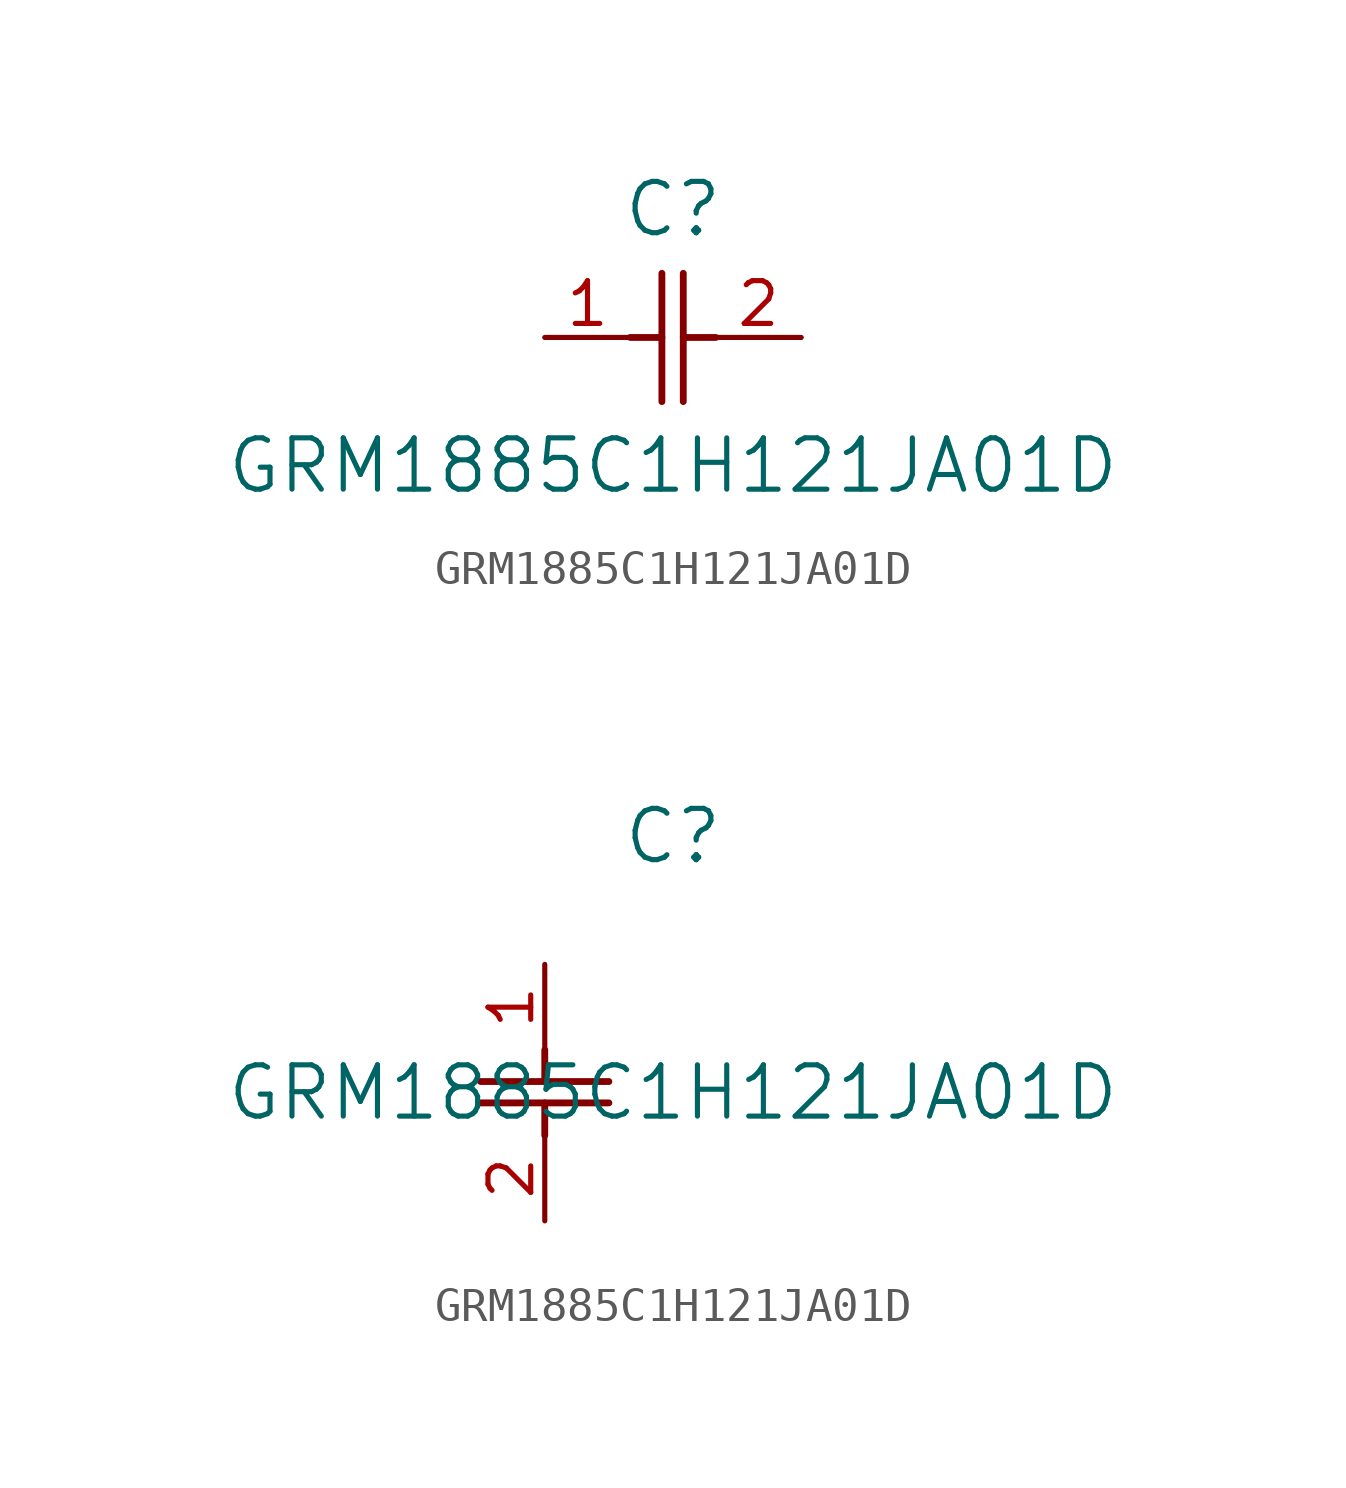
<source format=kicad_sym>
(kicad_symbol_lib
  (version 20211014)
  (generator kicad_symbol_editor)
  (symbol "GRM1885C1H121JA01D"
    (pin_names
      (offset 0.254))
    (property "Reference" "C"
      (at 3.81 3.81 0)
      (effects (font (size 1.524 1.524))))
    (property "Value" "GRM1885C1H121JA01D"
      (at 3.81 -3.81 0)
      (effects (font (size 1.524 1.524))))
    (symbol "GRM1885C1H121JA01D_1_1"
      (polyline (pts (xy 3.48 -1.905) (xy 3.48 1.905)) (stroke (width 0.203) (type default) (color 0 0 0 0)) (fill (type none)))
      (polyline (pts (xy 4.115 -1.905) (xy 4.115 1.905)) (stroke (width 0.203) (type default) (color 0 0 0 0)) (fill (type none)))
      (polyline (pts (xy 4.115 0) (xy 5.08 0)) (stroke (width 0.203) (type default) (color 0 0 0 0)) (fill (type none)))
      (polyline (pts (xy 2.54 0) (xy 3.48 0)) (stroke (width 0.203) (type default) (color 0 0 0 0)) (fill (type none)))
      (pin unspecified line (at 0 0 0) (length 2.54) (name "" (effects (font (size 1.27 1.27)))) (number "1" (effects (font (size 1.27 1.27)))))
      (pin unspecified line (at 7.62 0 180) (length 2.54) (name "" (effects (font (size 1.27 1.27)))) (number "2" (effects (font (size 1.27 1.27))))))
    (symbol "GRM1885C1H121JA01D_1_2"
      (polyline (pts (xy -1.905 -3.48) (xy 1.905 -3.48)) (stroke (width 0.203) (type default) (color 0 0 0 0)) (fill (type none)))
      (polyline (pts (xy -1.905 -4.115) (xy 1.905 -4.115)) (stroke (width 0.203) (type default) (color 0 0 0 0)) (fill (type none)))
      (polyline (pts (xy 0 -4.115) (xy 0 -5.08)) (stroke (width 0.203) (type default) (color 0 0 0 0)) (fill (type none)))
      (polyline (pts (xy 0 -2.54) (xy 0 -3.48)) (stroke (width 0.203) (type default) (color 0 0 0 0)) (fill (type none)))
      (pin unspecified line (at 0 0 270) (length 2.54) (name "" (effects (font (size 1.27 1.27)))) (number "1" (effects (font (size 1.27 1.27)))))
      (pin unspecified line (at 0 -7.62 90) (length 2.54) (name "" (effects (font (size 1.27 1.27)))) (number "2" (effects (font (size 1.27 1.27))))))))
</source>
